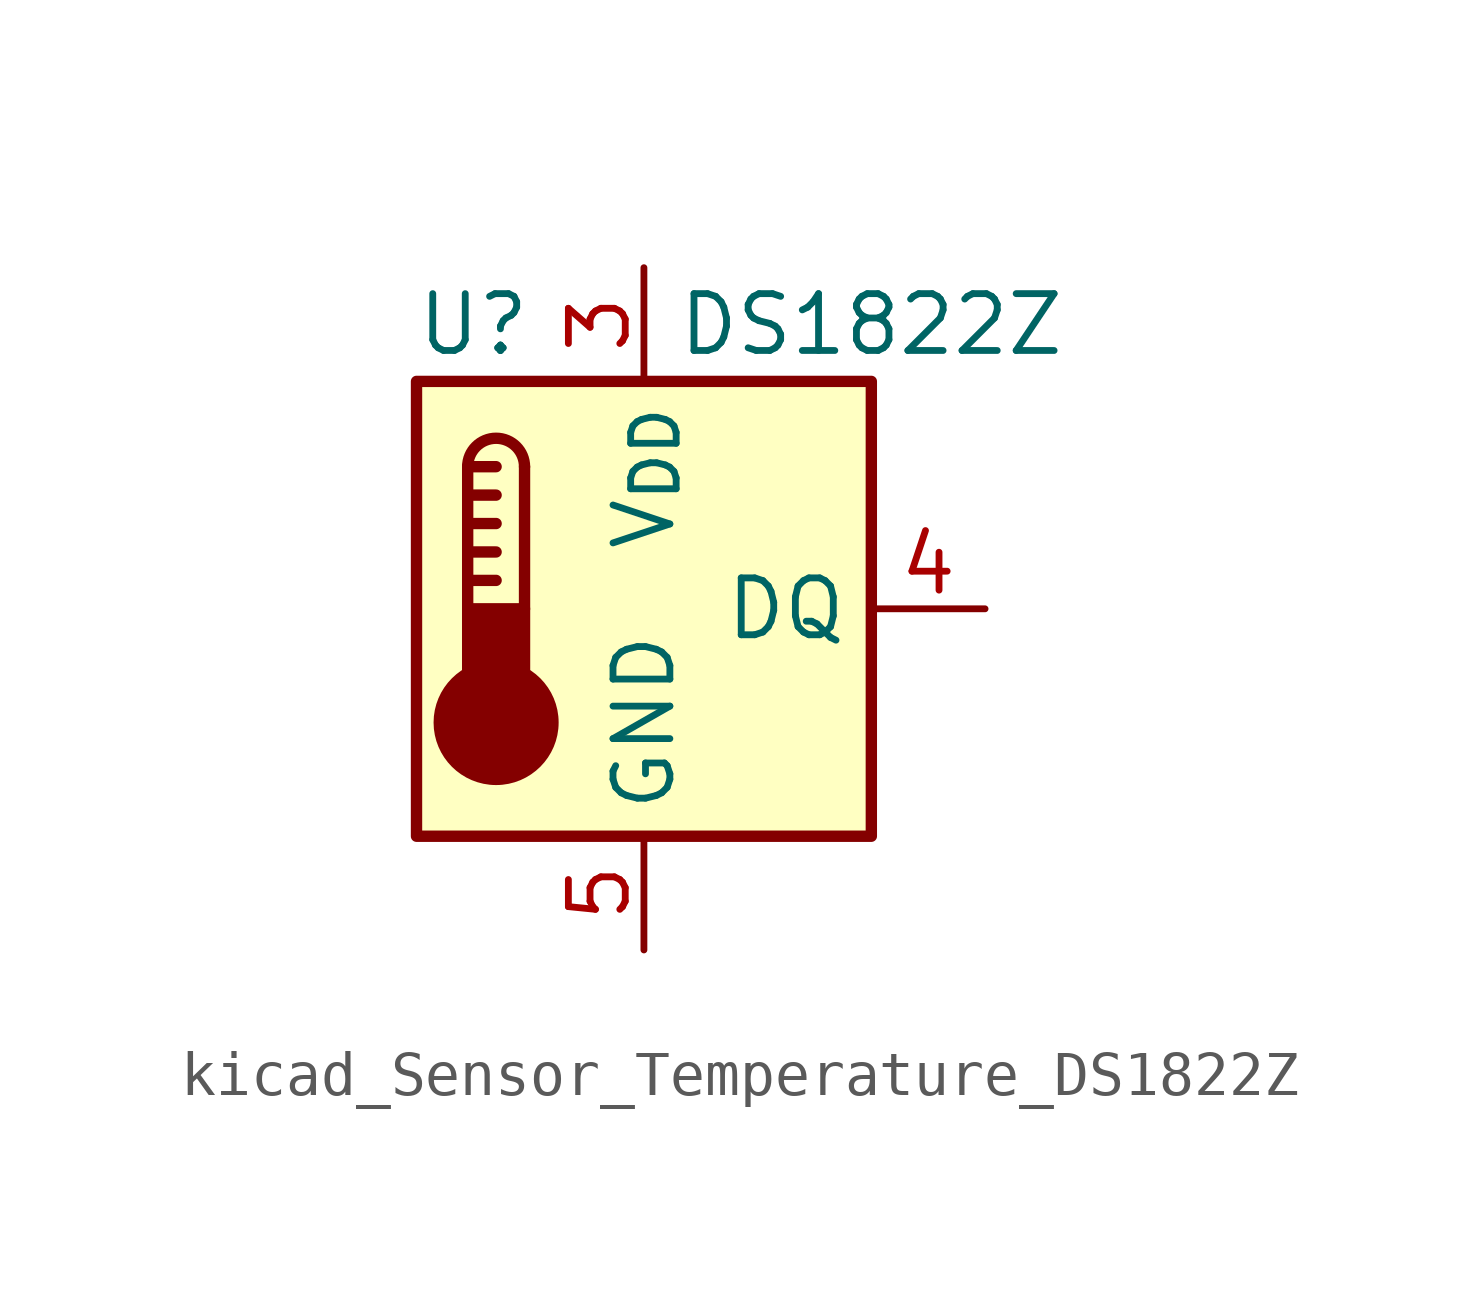
<source format=kicad_sym>
(kicad_symbol_lib
  (version 20220914)
  (generator kicad_symbol_editor)
  (symbol "kicad_Sensor_Temperature_DS1822Z"
    (property "Reference" "U"
      (at -3.81 6.35 0)
      (effects (font (size 1.27 1.27))))
    (property "Value" "DS1822Z"
      (at 5.08 6.35 0)
      (effects (font (size 1.27 1.27))))
    (symbol "kicad_Sensor_Temperature_DS1822Z_0_1"
      (rectangle (start -5.08 5.08) (end 5.08 -5.08) (stroke (width 0.254) (type default)) (fill (type background)))
      (circle (center -3.302 -2.54) (radius 1.27) (stroke (width 0.254) (type default)) (fill (type outline)))
      (rectangle (start -2.667 -1.905) (end -3.937 0) (stroke (width 0.254) (type default)) (fill (type outline)))
      (arc (start -2.667 3.175) (mid -3.302 3.8073) (end -3.937 3.175) (stroke (width 0.254) (type default)) (fill (type none)))
      (polyline (pts (xy -3.937 0.635) (xy -3.302 0.635)) (stroke (width 0.254) (type default)) (fill (type none)))
      (polyline (pts (xy -3.937 1.27) (xy -3.302 1.27)) (stroke (width 0.254) (type default)) (fill (type none)))
      (polyline (pts (xy -3.937 1.905) (xy -3.302 1.905)) (stroke (width 0.254) (type default)) (fill (type none)))
      (polyline (pts (xy -3.937 2.54) (xy -3.302 2.54)) (stroke (width 0.254) (type default)) (fill (type none)))
      (polyline (pts (xy -3.937 3.175) (xy -3.937 0)) (stroke (width 0.254) (type default)) (fill (type none)))
      (polyline (pts (xy -3.937 3.175) (xy -3.302 3.175)) (stroke (width 0.254) (type default)) (fill (type none)))
      (polyline (pts (xy -2.667 3.175) (xy -2.667 0)) (stroke (width 0.254) (type default)) (fill (type none))))
    (symbol "kicad_Sensor_Temperature_DS1822Z_1_1"
      (pin no_connect line (at -5.08 2.54 0) (length 2.54) hide (name "NC" (effects (font (size 1.27 1.27)))) (number "1" (effects (font (size 1.27 1.27)))))
      (pin no_connect line (at -5.08 0 0) (length 2.54) hide (name "NC" (effects (font (size 1.27 1.27)))) (number "2" (effects (font (size 1.27 1.27)))))
      (pin power_in line (at 0 7.62 270) (length 2.54) (name "V_{DD}" (effects (font (size 1.27 1.27)))) (number "3" (effects (font (size 1.27 1.27)))))
      (pin bidirectional line (at 7.62 0 180) (length 2.54) (name "DQ" (effects (font (size 1.27 1.27)))) (number "4" (effects (font (size 1.27 1.27)))))
      (pin power_in line (at 0 -7.62 90) (length 2.54) (name "GND" (effects (font (size 1.27 1.27)))) (number "5" (effects (font (size 1.27 1.27)))))
      (pin no_connect line (at -5.08 -2.54 0) (length 2.54) hide (name "NC" (effects (font (size 1.27 1.27)))) (number "6" (effects (font (size 1.27 1.27)))))
      (pin no_connect line (at 5.08 2.54 180) (length 2.54) hide (name "NC" (effects (font (size 1.27 1.27)))) (number "7" (effects (font (size 1.27 1.27)))))
      (pin no_connect line (at 5.08 -2.54 180) (length 2.54) hide (name "NC" (effects (font (size 1.27 1.27)))) (number "8" (effects (font (size 1.27 1.27))))))))
</source>
